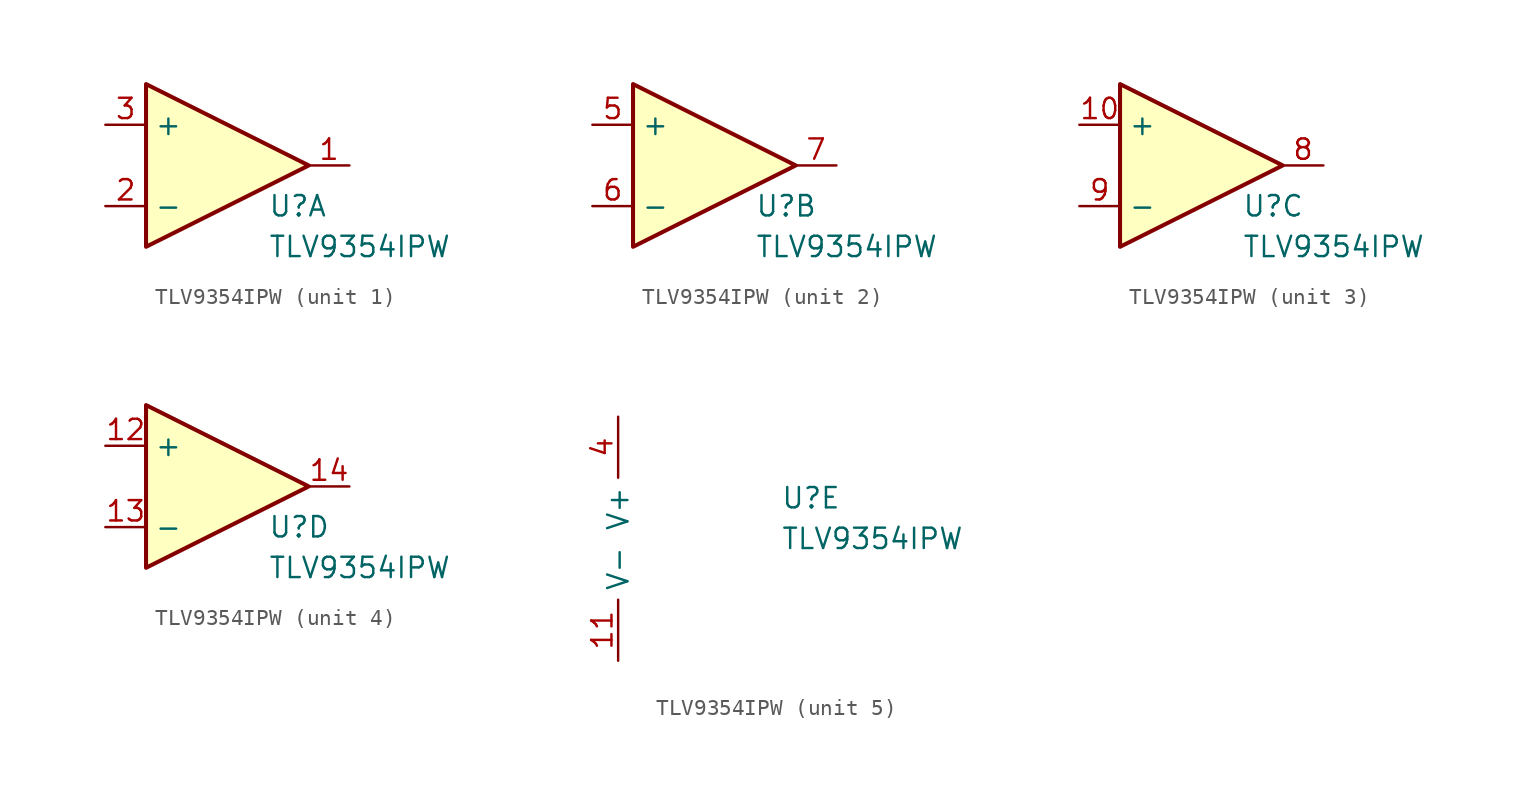
<source format=kicad_sym>
(kicad_symbol_lib
  (version 20211014)
  (generator kicad_symbol_editor)
  (symbol "TLV9354IPW"
    (property "Reference" "U"
      (at 10.16 -5.08 0)
      (effects (font (size 1.27 1.27)) (justify left)))
    (property "Value" "TLV9354IPW"
      (at 10.16 -7.62 0)
      (effects (font (size 1.27 1.27)) (justify left)))
    (property "ki_locked" ""
      (at 0 0 0)
      (effects (font (size 1.27 1.27))))
    (symbol "TLV9354IPW_1_1"
      (polyline (pts (xy 12.7 -2.54) (xy 2.54 2.54) (xy 2.54 -7.62) (xy 12.7 -2.54)) (stroke (width 0.254) (type default) (color 0 0 0 0)) (fill (type background)))
      (pin output line (at 15.24 -2.54 180) (length 2.54) (name "~" (effects (font (size 1.27 1.27)))) (number "1" (effects (font (size 1.27 1.27)))))
      (pin input line (at 0 -5.08 0) (length 2.54) (name "-" (effects (font (size 1.27 1.27)))) (number "2" (effects (font (size 1.27 1.27)))))
      (pin input line (at 0 0 0) (length 2.54) (name "+" (effects (font (size 1.27 1.27)))) (number "3" (effects (font (size 1.27 1.27))))))
    (symbol "TLV9354IPW_2_1"
      (polyline (pts (xy 2.54 2.54) (xy 2.54 -7.62) (xy 12.7 -2.54) (xy 2.54 2.54)) (stroke (width 0.254) (type default) (color 0 0 0 0)) (fill (type background)))
      (pin input line (at 0 0 0) (length 2.54) (name "+" (effects (font (size 1.27 1.27)))) (number "5" (effects (font (size 1.27 1.27)))))
      (pin input line (at 0 -5.08 0) (length 2.54) (name "-" (effects (font (size 1.27 1.27)))) (number "6" (effects (font (size 1.27 1.27)))))
      (pin output line (at 15.24 -2.54 180) (length 2.54) (name "~" (effects (font (size 1.27 1.27)))) (number "7" (effects (font (size 1.27 1.27))))))
    (symbol "TLV9354IPW_3_1"
      (polyline (pts (xy 12.7 -2.54) (xy 2.54 2.54) (xy 2.54 -7.62) (xy 12.7 -2.54)) (stroke (width 0.254) (type default) (color 0 0 0 0)) (fill (type background)))
      (pin input line (at 0 0 0) (length 2.54) (name "+" (effects (font (size 1.27 1.27)))) (number "10" (effects (font (size 1.27 1.27)))))
      (pin output line (at 15.24 -2.54 180) (length 2.54) (name "~" (effects (font (size 1.27 1.27)))) (number "8" (effects (font (size 1.27 1.27)))))
      (pin input line (at 0 -5.08 0) (length 2.54) (name "-" (effects (font (size 1.27 1.27)))) (number "9" (effects (font (size 1.27 1.27))))))
    (symbol "TLV9354IPW_4_1"
      (polyline (pts (xy 2.54 2.54) (xy 12.7 -2.54) (xy 2.54 -7.62) (xy 2.54 2.54)) (stroke (width 0.254) (type default) (color 0 0 0 0)) (fill (type background)))
      (pin input line (at 0 0 0) (length 2.54) (name "+" (effects (font (size 1.27 1.27)))) (number "12" (effects (font (size 1.27 1.27)))))
      (pin input line (at 0 -5.08 0) (length 2.54) (name "-" (effects (font (size 1.27 1.27)))) (number "13" (effects (font (size 1.27 1.27)))))
      (pin output line (at 15.24 -2.54 180) (length 2.54) (name "~" (effects (font (size 1.27 1.27)))) (number "14" (effects (font (size 1.27 1.27))))))
    (symbol "TLV9354IPW_5_1"
      (pin power_in line (at 0 -15.24 90) (length 3.81) (name "V-" (effects (font (size 1.27 1.27)))) (number "11" (effects (font (size 1.27 1.27)))))
      (pin power_in line (at 0 0 270) (length 3.81) (name "V+" (effects (font (size 1.27 1.27)))) (number "4" (effects (font (size 1.27 1.27))))))))
</source>
